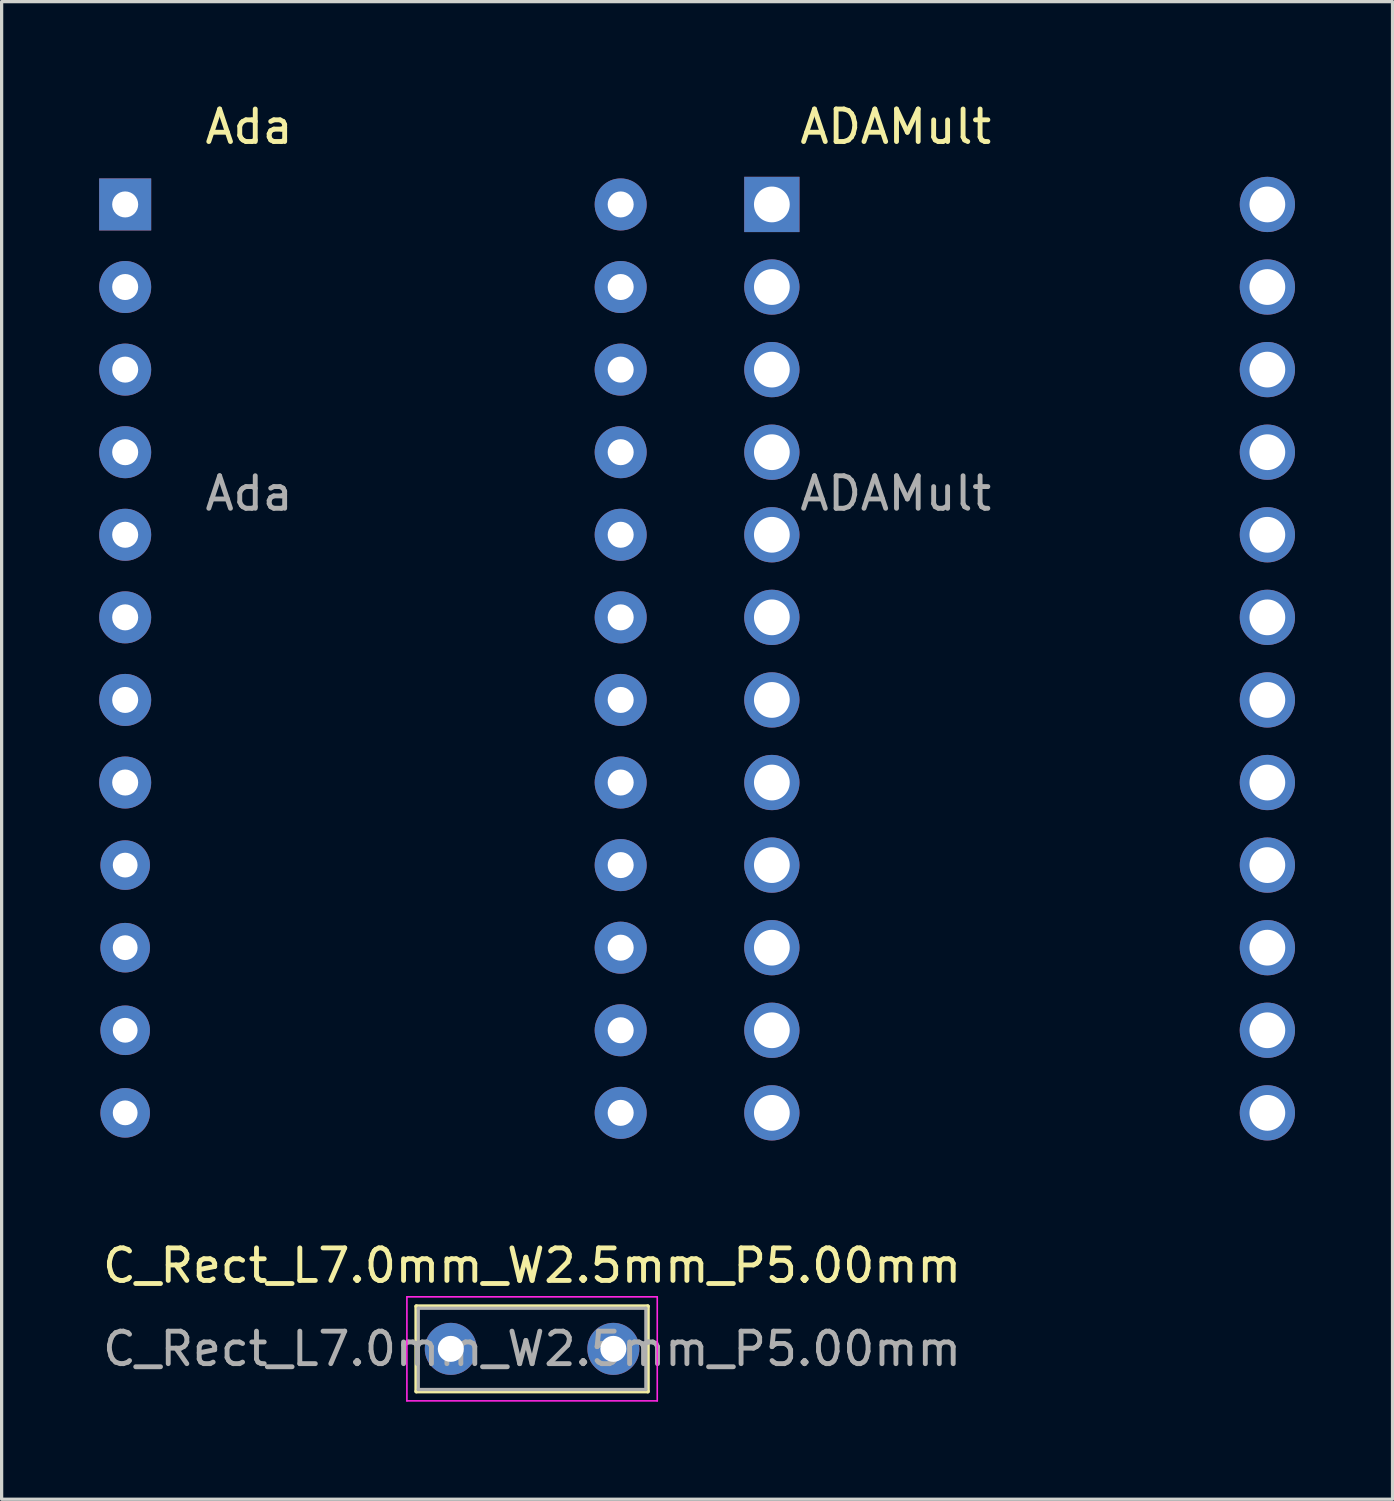
<source format=kicad_pcb>
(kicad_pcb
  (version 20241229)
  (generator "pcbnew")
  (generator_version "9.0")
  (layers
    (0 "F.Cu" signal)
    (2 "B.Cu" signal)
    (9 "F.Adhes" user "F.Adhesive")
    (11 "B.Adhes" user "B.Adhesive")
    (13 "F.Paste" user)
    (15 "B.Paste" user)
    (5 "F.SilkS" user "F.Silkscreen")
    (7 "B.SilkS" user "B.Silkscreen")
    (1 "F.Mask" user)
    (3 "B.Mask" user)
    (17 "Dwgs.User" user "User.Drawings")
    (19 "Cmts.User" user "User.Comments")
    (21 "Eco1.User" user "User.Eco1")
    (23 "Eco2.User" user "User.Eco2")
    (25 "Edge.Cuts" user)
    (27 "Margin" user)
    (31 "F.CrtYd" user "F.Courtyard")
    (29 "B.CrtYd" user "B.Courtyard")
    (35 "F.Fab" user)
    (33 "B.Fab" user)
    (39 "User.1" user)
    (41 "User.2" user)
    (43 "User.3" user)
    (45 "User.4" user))
  (footprint "ADAMult"
    (layer "F.Cu")
    (at 20.69 3.238)
    (property "Reference" "ADAMult" (at 3.81 -2.39 0) (layer "F.SilkS") (effects (font (size 1 1) (thickness 0.15))))
    (attr through_hole)
    (fp_text user "${REFERENCE}" (at 3.81 8.89 0) (layer "F.Fab") (effects (font (size 1 1) (thickness 0.15))))
    (pad "1" thru_hole rect (at 0 0) (size 1.7 1.7) (drill 1.1) (layers "*.Cu" "*.Mask"))
    (pad "2" thru_hole circle (at 0 2.54) (size 1.7 1.7) (drill 1.1) (layers "*.Cu" "*.Mask"))
    (pad "3" thru_hole circle (at 0 5.08) (size 1.7 1.7) (drill 1.1) (layers "*.Cu" "*.Mask"))
    (pad "4" thru_hole circle (at 0 7.62) (size 1.7 1.7) (drill 1.1) (layers "*.Cu" "*.Mask"))
    (pad "5" thru_hole circle (at 0 10.16) (size 1.7 1.7) (drill 1.1) (layers "*.Cu" "*.Mask"))
    (pad "6" thru_hole circle (at 0 12.7) (size 1.7 1.7) (drill 1.1) (layers "*.Cu" "*.Mask"))
    (pad "7" thru_hole circle (at 0 15.24) (size 1.7 1.7) (drill 1.1) (layers "*.Cu" "*.Mask"))
    (pad "8" thru_hole circle (at 0 17.78) (size 1.7 1.7) (drill 1.1) (layers "*.Cu" "*.Mask"))
    (pad "9" thru_hole circle (at 0 20.32) (size 1.7 1.7) (drill 1.1) (layers "*.Cu" "*.Mask"))
    (pad "10" thru_hole circle (at 0 22.86) (size 1.7 1.7) (drill 1.1) (layers "*.Cu" "*.Mask"))
    (pad "11" thru_hole circle (at 0 25.4) (size 1.7 1.7) (drill 1.1) (layers "*.Cu" "*.Mask"))
    (pad "12" thru_hole circle (at 0 27.94) (size 1.7 1.7) (drill 1.1) (layers "*.Cu" "*.Mask"))
    (pad "13" thru_hole circle (at 15.24 27.94) (size 1.7 1.7) (drill 1.1) (layers "*.Cu" "*.Mask"))
    (pad "14" thru_hole circle (at 15.24 25.4) (size 1.7 1.7) (drill 1.1) (layers "*.Cu" "*.Mask"))
    (pad "15" thru_hole circle (at 15.24 22.86) (size 1.7 1.7) (drill 1.1) (layers "*.Cu" "*.Mask"))
    (pad "16" thru_hole circle (at 15.24 20.32) (size 1.7 1.7) (drill 1.1) (layers "*.Cu" "*.Mask"))
    (pad "17" thru_hole circle (at 15.24 17.78) (size 1.7 1.7) (drill 1.1) (layers "*.Cu" "*.Mask"))
    (pad "18" thru_hole circle (at 15.24 15.24) (size 1.7 1.7) (drill 1.1) (layers "*.Cu" "*.Mask"))
    (pad "19" thru_hole circle (at 15.24 12.7) (size 1.7 1.7) (drill 1.1) (layers "*.Cu" "*.Mask"))
    (pad "20" thru_hole circle (at 15.24 10.16) (size 1.7 1.7) (drill 1.1) (layers "*.Cu" "*.Mask"))
    (pad "21" thru_hole circle (at 15.24 7.62) (size 1.7 1.7) (drill 1.1) (layers "*.Cu" "*.Mask"))
    (pad "22" thru_hole circle (at 15.24 5.08) (size 1.7 1.7) (drill 1.1) (layers "*.Cu" "*.Mask"))
    (pad "23" thru_hole circle (at 15.24 2.54) (size 1.7 1.7) (drill 1.1) (layers "*.Cu" "*.Mask"))
    (pad "24" thru_hole circle (at 15.24 0) (size 1.7 1.7) (drill 1.1) (layers "*.Cu" "*.Mask")))
  (footprint "C_Rect_L7.0mm_W2.5mm_P5.00mm"
    (layer "F.Cu")
    (at 10.815 38.437)
    (property "Reference" "C_Rect_L7.0mm_W2.5mm_P5.00mm" (at 2.5 -2.56 0) (layer "F.SilkS") (effects (font (size 1 1) (thickness 0.15))))
    (attr through_hole)
    (fp_line (start -1.06 -1.31) (end -1.06 1.31) (stroke (width 0.12) (type solid)) (layer "F.SilkS"))
    (fp_line (start -1.06 -1.31) (end 6.06 -1.31) (stroke (width 0.12) (type solid)) (layer "F.SilkS"))
    (fp_line (start -1.06 1.31) (end 6.06 1.31) (stroke (width 0.12) (type solid)) (layer "F.SilkS"))
    (fp_line (start 6.06 -1.31) (end 6.06 1.31) (stroke (width 0.12) (type solid)) (layer "F.SilkS"))
    (fp_line (start -1.35 -1.6) (end -1.35 1.6) (stroke (width 0.05) (type solid)) (layer "F.CrtYd"))
    (fp_line (start -1.35 1.6) (end 6.35 1.6) (stroke (width 0.05) (type solid)) (layer "F.CrtYd"))
    (fp_line (start 6.35 -1.6) (end -1.35 -1.6) (stroke (width 0.05) (type solid)) (layer "F.CrtYd"))
    (fp_line (start 6.35 1.6) (end 6.35 -1.6) (stroke (width 0.05) (type solid)) (layer "F.CrtYd"))
    (fp_line (start -1 -1.25) (end -1 1.25) (stroke (width 0.1) (type solid)) (layer "F.Fab"))
    (fp_line (start -1 1.25) (end 6 1.25) (stroke (width 0.1) (type solid)) (layer "F.Fab"))
    (fp_line (start 6 -1.25) (end -1 -1.25) (stroke (width 0.1) (type solid)) (layer "F.Fab"))
    (fp_line (start 6 1.25) (end 6 -1.25) (stroke (width 0.1) (type solid)) (layer "F.Fab"))
    (fp_text user "${REFERENCE}" (at 2.5 0 0) (layer "F.Fab") (effects (font (size 1 1) (thickness 0.15))))
    (pad "1" thru_hole circle (at 0 0) (size 1.6 1.6) (drill 0.8) (layers "*.Cu" "*.Mask"))
    (pad "2" thru_hole circle (at 5 0) (size 1.6 1.6) (drill 0.8) (layers "*.Cu" "*.Mask")))
  (footprint "Ada"
    (layer "F.Cu")
    (at 0.8 3.238)
    (property "Reference" "Ada" (at 3.81 -2.39 0) (layer "F.SilkS") (effects (font (size 1 1) (thickness 0.15))))
    (attr through_hole)
    (fp_text user "${REFERENCE}" (at 3.81 8.89 0) (layer "F.Fab") (effects (font (size 1 1) (thickness 0.15))))
    (pad "1" thru_hole rect (at 0 0) (size 1.6 1.6) (drill 0.8) (layers "*.Cu" "*.Mask"))
    (pad "2" thru_hole oval (at 0 2.54) (size 1.6 1.6) (drill 0.8) (layers "*.Cu" "*.Mask"))
    (pad "3" thru_hole oval (at 0 5.08) (size 1.6 1.6) (drill 0.8) (layers "*.Cu" "*.Mask"))
    (pad "4" thru_hole oval (at 0 7.62) (size 1.6 1.6) (drill 0.8) (layers "*.Cu" "*.Mask"))
    (pad "5" thru_hole oval (at 0 10.16) (size 1.6 1.6) (drill 0.8) (layers "*.Cu" "*.Mask"))
    (pad "6" thru_hole oval (at 0 12.7) (size 1.6 1.6) (drill 0.8) (layers "*.Cu" "*.Mask"))
    (pad "7" thru_hole oval (at 0 15.24) (size 1.6 1.6) (drill 0.8) (layers "*.Cu" "*.Mask"))
    (pad "8" thru_hole oval (at 0 17.78) (size 1.6 1.6) (drill 0.8) (layers "*.Cu" "*.Mask"))
    (pad "9" thru_hole circle (at 0 20.32) (size 1.524 1.524) (drill 0.762) (layers "*.Cu" "*.Mask"))
    (pad "10" thru_hole circle (at 0 22.86) (size 1.524 1.524) (drill 0.762) (layers "*.Cu" "*.Mask"))
    (pad "11" thru_hole circle (at 0 25.4) (size 1.524 1.524) (drill 0.762) (layers "*.Cu" "*.Mask"))
    (pad "12" thru_hole circle (at 0 27.94) (size 1.524 1.524) (drill 0.762) (layers "*.Cu" "*.Mask"))
    (pad "13" thru_hole oval (at 15.24 27.94) (size 1.6 1.6) (drill 0.8) (layers "*.Cu" "*.Mask"))
    (pad "14" thru_hole oval (at 15.24 25.4) (size 1.6 1.6) (drill 0.8) (layers "*.Cu" "*.Mask"))
    (pad "15" thru_hole oval (at 15.24 22.86) (size 1.6 1.6) (drill 0.8) (layers "*.Cu" "*.Mask"))
    (pad "16" thru_hole oval (at 15.24 20.32) (size 1.6 1.6) (drill 0.8) (layers "*.Cu" "*.Mask"))
    (pad "17" thru_hole oval (at 15.24 17.78) (size 1.6 1.6) (drill 0.8) (layers "*.Cu" "*.Mask"))
    (pad "18" thru_hole oval (at 15.24 15.24) (size 1.6 1.6) (drill 0.8) (layers "*.Cu" "*.Mask"))
    (pad "19" thru_hole oval (at 15.24 12.7) (size 1.6 1.6) (drill 0.8) (layers "*.Cu" "*.Mask"))
    (pad "20" thru_hole oval (at 15.24 10.16) (size 1.6 1.6) (drill 0.8) (layers "*.Cu" "*.Mask"))
    (pad "21" thru_hole oval (at 15.24 7.62) (size 1.6 1.6) (drill 0.8) (layers "*.Cu" "*.Mask"))
    (pad "22" thru_hole oval (at 15.24 5.08) (size 1.6 1.6) (drill 0.8) (layers "*.Cu" "*.Mask"))
    (pad "23" thru_hole oval (at 15.24 2.54) (size 1.6 1.6) (drill 0.8) (layers "*.Cu" "*.Mask"))
    (pad "24" thru_hole oval (at 15.24 0) (size 1.6 1.6) (drill 0.8) (layers "*.Cu" "*.Mask")))
  (gr_rect
    (start -3 -3)
    (end 39.78 43.062)
    (stroke (width 0.1) (type default))
    (fill no)
    (layer "Edge.Cuts")))
</source>
